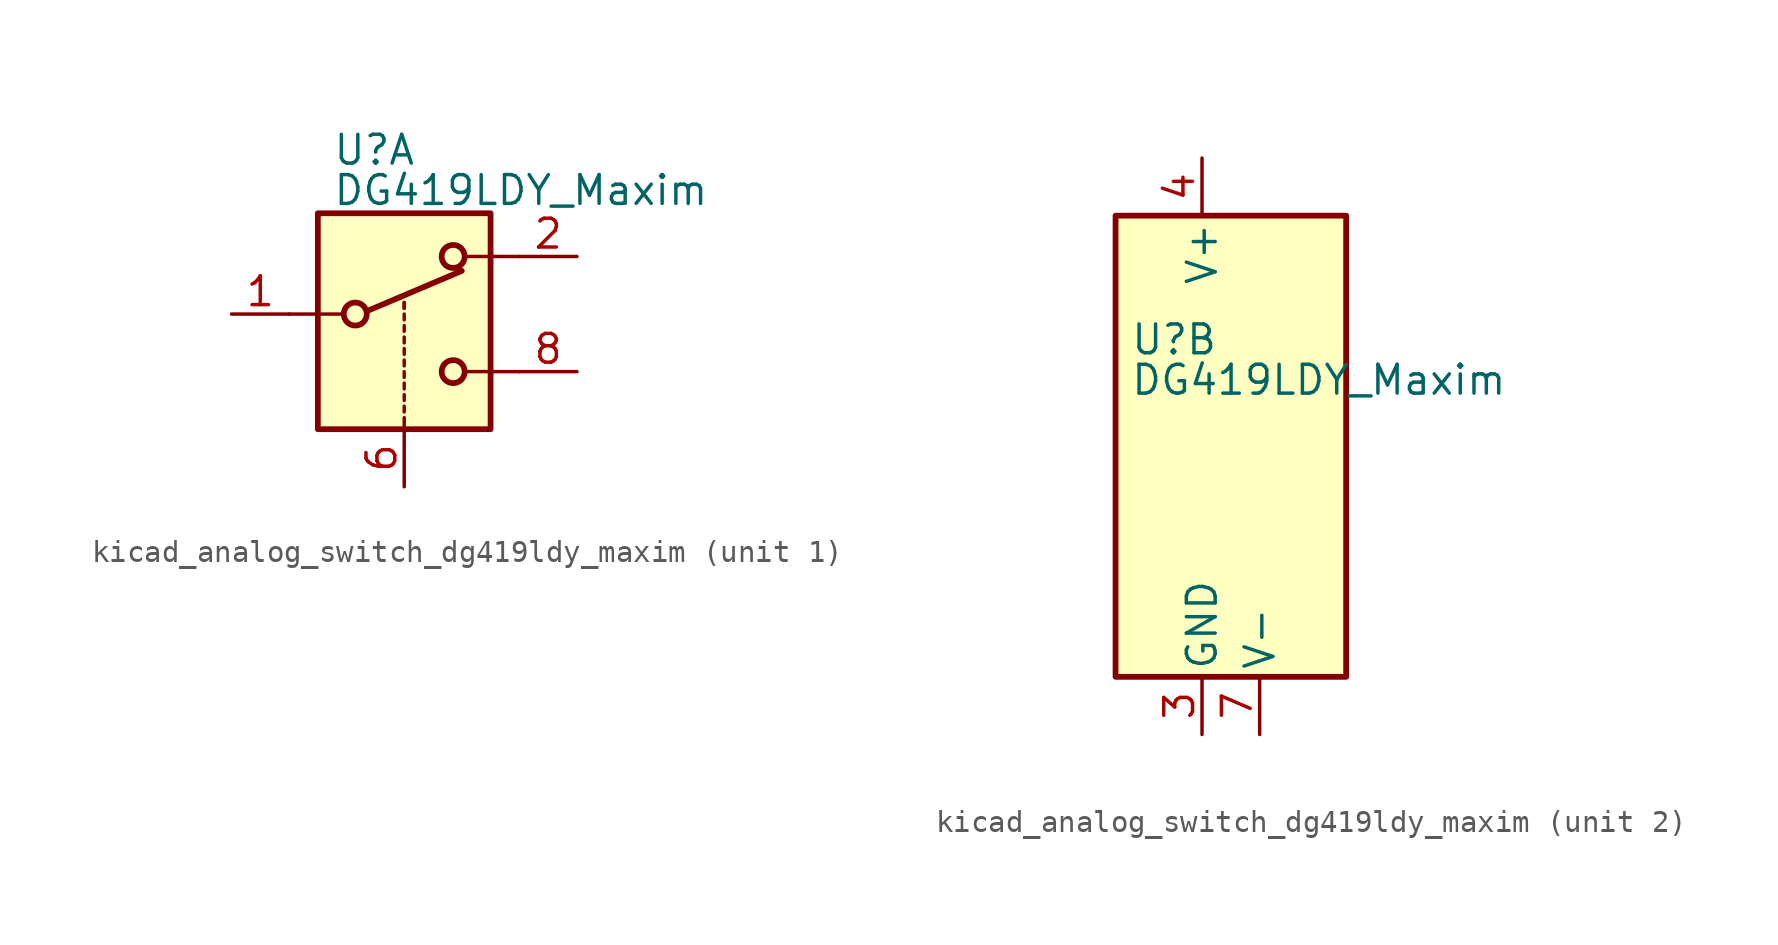
<source format=kicad_sym>
(kicad_symbol_lib
  (version 20220914)
  (generator kicad_symbol_editor)
  (symbol "kicad_analog_switch_dg419ldy_maxim"
    (pin_names
      (offset 0.254))
    (property "Reference" "U"
      (at -3.175 4.699 0)
      (effects (font (size 1.27 1.27)) (justify left)))
    (property "Value" "DG419LDY_Maxim"
      (at -3.175 2.921 0)
      (effects (font (size 1.27 1.27)) (justify left)))
    (symbol "kicad_analog_switch_dg419ldy_maxim_1_1"
      (rectangle (start -3.81 1.905) (end 3.81 -7.62) (stroke (width 0.254) (type default)) (fill (type background)))
      (circle (center -2.159 -2.54) (radius 0.508) (stroke (width 0.254) (type default)) (fill (type none)))
      (polyline (pts (xy -5.08 -2.54) (xy -2.794 -2.54)) (stroke (width 0) (type default)) (fill (type none)))
      (polyline (pts (xy -1.651 -2.413) (xy 2.54 -0.635)) (stroke (width 0.254) (type default)) (fill (type none)))
      (polyline (pts (xy 0 -7.62) (xy 0 -7.112)) (stroke (width 0) (type default)) (fill (type none)))
      (polyline (pts (xy 0 -6.858) (xy 0 -6.604)) (stroke (width 0) (type default)) (fill (type none)))
      (polyline (pts (xy 0 -6.35) (xy 0 -6.096)) (stroke (width 0) (type default)) (fill (type none)))
      (polyline (pts (xy 0 -5.842) (xy 0 -5.588)) (stroke (width 0) (type default)) (fill (type none)))
      (polyline (pts (xy 0 -5.334) (xy 0 -5.08)) (stroke (width 0) (type default)) (fill (type none)))
      (polyline (pts (xy 0 -4.826) (xy 0 -4.572)) (stroke (width 0) (type default)) (fill (type none)))
      (polyline (pts (xy 0 -4.318) (xy 0 -4.064)) (stroke (width 0) (type default)) (fill (type none)))
      (polyline (pts (xy 0 -3.81) (xy 0 -3.556)) (stroke (width 0) (type default)) (fill (type none)))
      (polyline (pts (xy 0 -3.302) (xy 0 -3.048)) (stroke (width 0) (type default)) (fill (type none)))
      (polyline (pts (xy 0 -2.794) (xy 0 -2.54)) (stroke (width 0) (type default)) (fill (type none)))
      (polyline (pts (xy 0 -2.286) (xy 0 -2.032)) (stroke (width 0) (type default)) (fill (type none)))
      (polyline (pts (xy 0 -2.286) (xy 0 -2.032)) (stroke (width 0) (type default)) (fill (type none)))
      (polyline (pts (xy 5.08 -5.08) (xy 2.794 -5.08)) (stroke (width 0) (type default)) (fill (type none)))
      (polyline (pts (xy 5.08 0) (xy 2.794 0)) (stroke (width 0) (type default)) (fill (type none)))
      (circle (center 2.159 -5.08) (radius 0.508) (stroke (width 0.254) (type default)) (fill (type none)))
      (circle (center 2.159 0) (radius 0.508) (stroke (width 0.254) (type default)) (fill (type none)))
      (pin passive line (at -7.62 -2.54 0) (length 2.54) (name "~" (effects (font (size 1.27 1.27)))) (number "1" (effects (font (size 1.27 1.27)))))
      (pin passive line (at 7.62 0 180) (length 2.54) (name "~" (effects (font (size 1.27 1.27)))) (number "2" (effects (font (size 1.27 1.27)))))
      (pin input line (at 0 -10.16 90) (length 2.54) (name "~" (effects (font (size 1.27 1.27)))) (number "6" (effects (font (size 1.27 1.27)))))
      (pin passive line (at 7.62 -5.08 180) (length 2.54) (name "~" (effects (font (size 1.27 1.27)))) (number "8" (effects (font (size 1.27 1.27))))))
    (symbol "kicad_analog_switch_dg419ldy_maxim_2_0"
      (pin power_in line (at 0 -12.7 90) (length 2.54) (name "GND" (effects (font (size 1.27 1.27)))) (number "3" (effects (font (size 1.27 1.27)))))
      (pin power_in line (at 0 12.7 270) (length 2.54) (name "V+" (effects (font (size 1.27 1.27)))) (number "4" (effects (font (size 1.27 1.27)))))
      (pin no_connect line (at 2.54 10.16 270) (length 2.54) hide (name "NC" (effects (font (size 1.27 1.27)))) (number "5" (effects (font (size 1.27 1.27)))))
      (pin power_in line (at 2.54 -12.7 90) (length 2.54) (name "V-" (effects (font (size 1.27 1.27)))) (number "7" (effects (font (size 1.27 1.27))))))
    (symbol "kicad_analog_switch_dg419ldy_maxim_2_1"
      (rectangle (start -3.81 10.16) (end 6.35 -10.16) (stroke (width 0.254) (type default)) (fill (type background))))))
</source>
